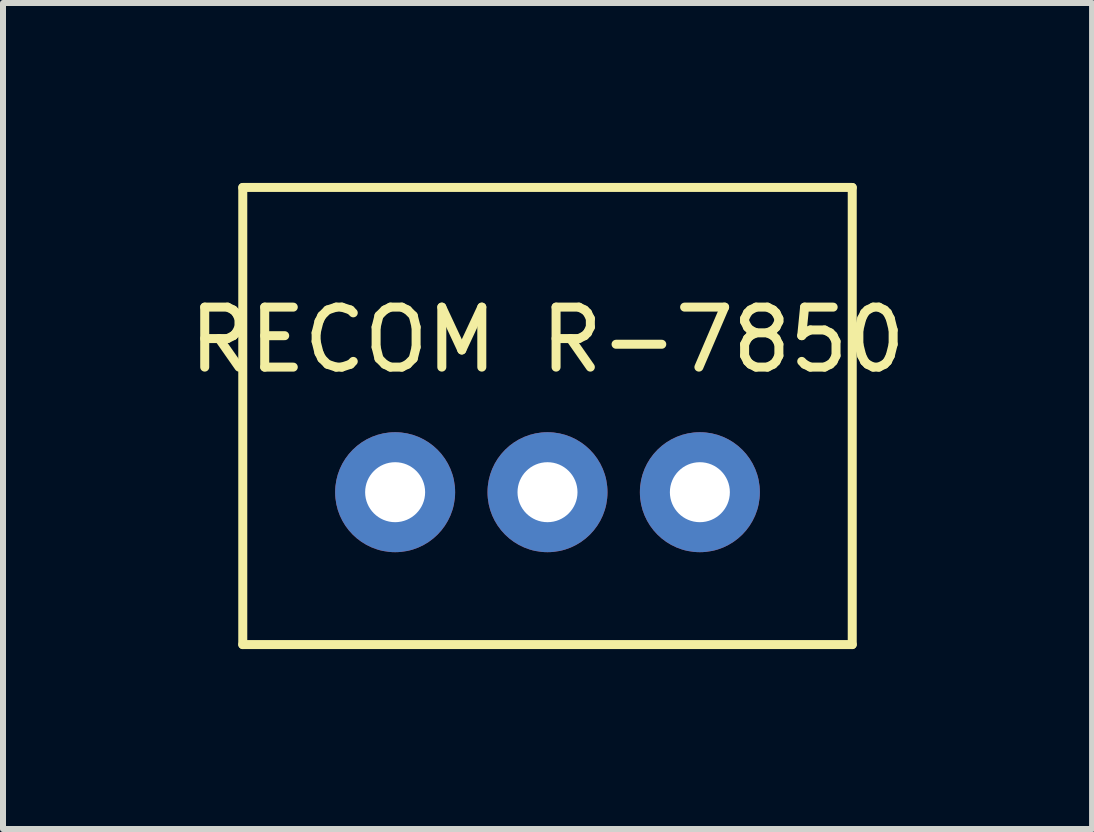
<source format=kicad_pcb>
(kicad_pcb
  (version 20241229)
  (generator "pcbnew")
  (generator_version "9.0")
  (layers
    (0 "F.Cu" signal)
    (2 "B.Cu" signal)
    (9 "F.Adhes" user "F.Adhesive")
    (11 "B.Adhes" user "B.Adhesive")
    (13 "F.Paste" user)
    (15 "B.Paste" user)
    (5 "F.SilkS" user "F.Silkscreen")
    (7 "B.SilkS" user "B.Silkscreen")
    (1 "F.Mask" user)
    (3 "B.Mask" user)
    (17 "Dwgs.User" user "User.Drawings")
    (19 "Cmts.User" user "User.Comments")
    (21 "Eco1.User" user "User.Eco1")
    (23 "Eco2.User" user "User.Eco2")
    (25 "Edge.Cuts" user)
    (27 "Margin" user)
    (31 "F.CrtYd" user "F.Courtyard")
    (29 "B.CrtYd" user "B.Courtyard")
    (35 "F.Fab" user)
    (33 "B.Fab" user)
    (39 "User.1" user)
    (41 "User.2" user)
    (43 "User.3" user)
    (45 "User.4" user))
  (footprint "RECOM R-7850"
    (layer "F.Cu")
    (at 6.077 5.155)
    (property "Reference" "RECOM R-7850" (at 0 -2.54 0) (layer "F.SilkS") (effects (font (size 1 1) (thickness 0.15))))
    (attr through_hole)
    (fp_line (start -5.08 -5.08) (end -5.08 2.54) (stroke (width 0.15) (type solid)) (layer "F.SilkS"))
    (fp_line (start -5.08 2.54) (end 5.08 2.54) (stroke (width 0.15) (type solid)) (layer "F.SilkS"))
    (fp_line (start 5.08 -5.08) (end -5.08 -5.08) (stroke (width 0.15) (type solid)) (layer "F.SilkS"))
    (fp_line (start 5.08 2.54) (end 5.08 -5.08) (stroke (width 0.15) (type solid)) (layer "F.SilkS"))
    (pad "1" thru_hole circle (at -2.54 0) (size 2 2) (drill 1) (layers "*.Cu" "*.Mask"))
    (pad "2" thru_hole circle (at 0 0) (size 2 2) (drill 1) (layers "*.Cu" "*.Mask"))
    (pad "3" thru_hole circle (at 2.54 0) (size 2 2) (drill 1) (layers "*.Cu" "*.Mask")))
  (gr_rect
    (start -3 -3)
    (end 15.155 10.77)
    (stroke (width 0.1) (type default))
    (fill no)
    (layer "Edge.Cuts")))
</source>
